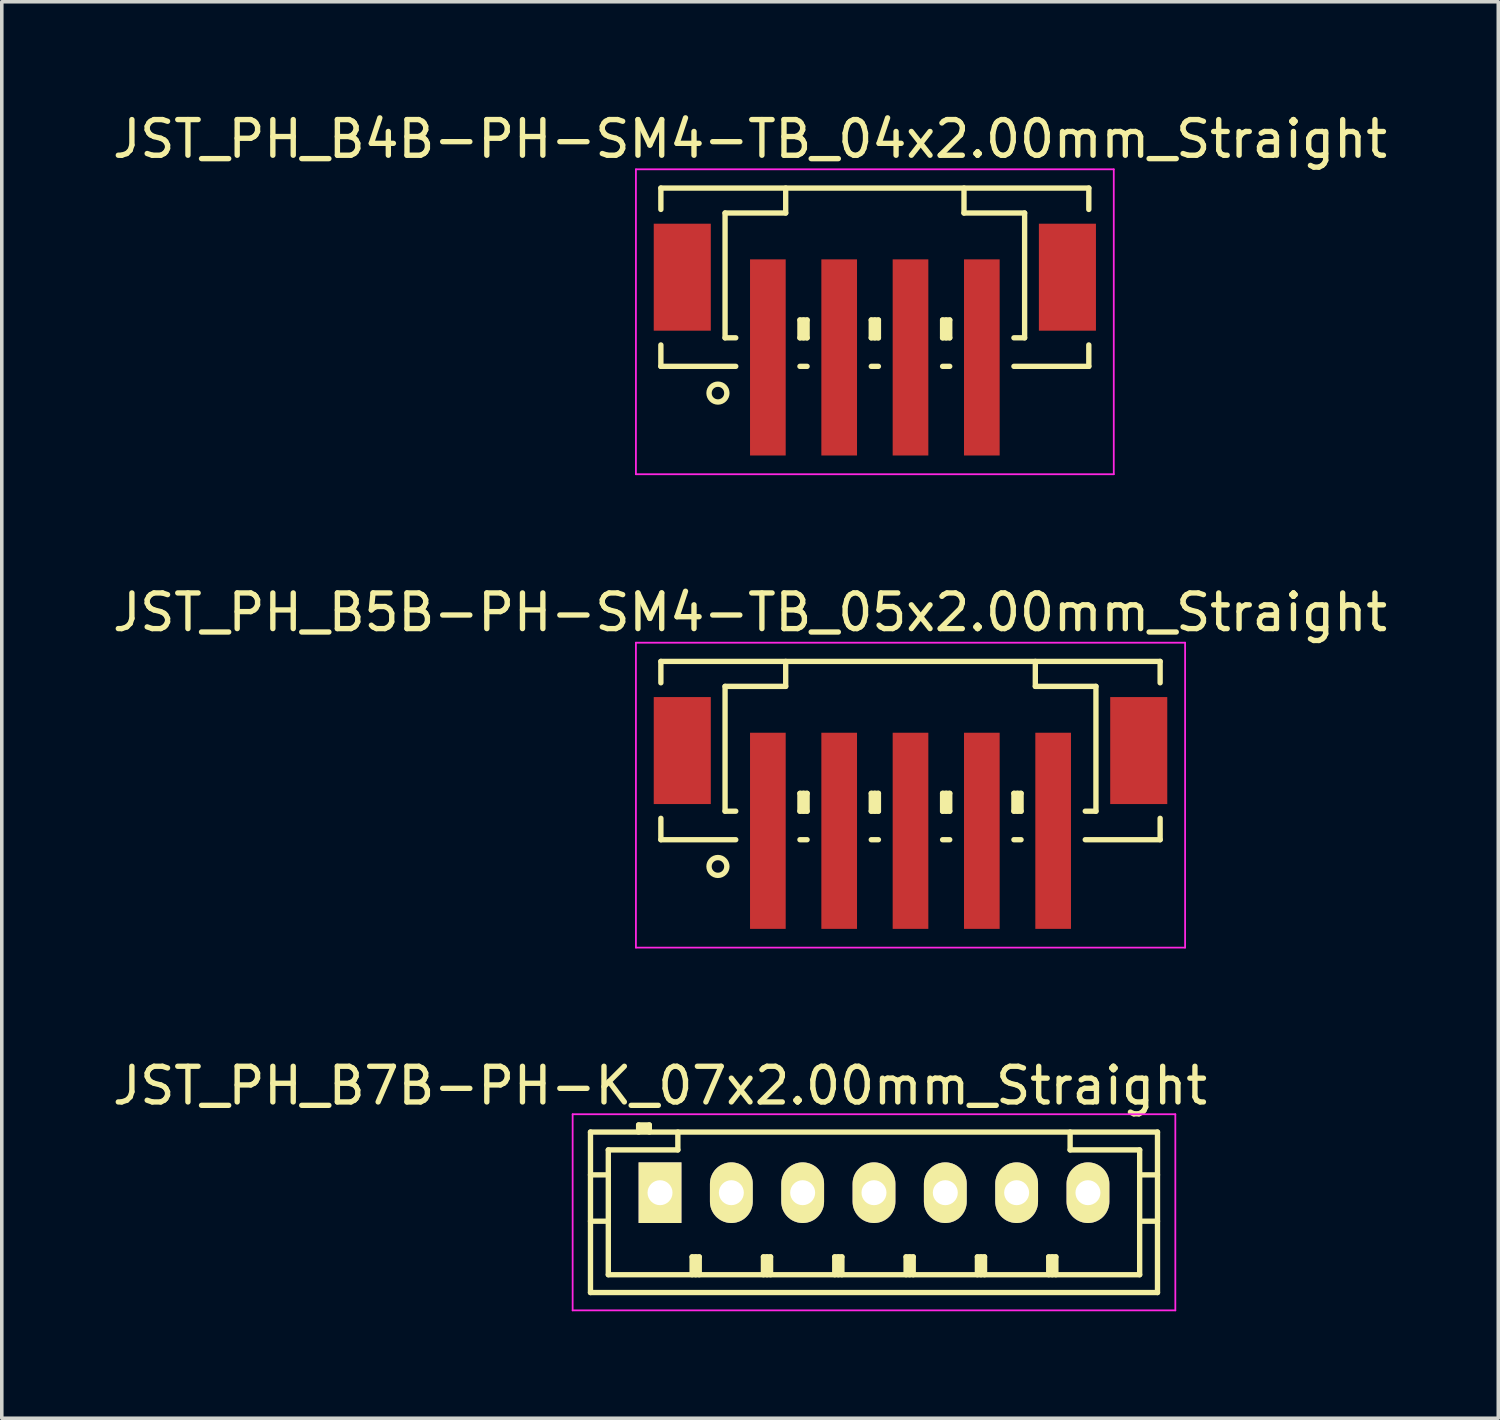
<source format=kicad_pcb>
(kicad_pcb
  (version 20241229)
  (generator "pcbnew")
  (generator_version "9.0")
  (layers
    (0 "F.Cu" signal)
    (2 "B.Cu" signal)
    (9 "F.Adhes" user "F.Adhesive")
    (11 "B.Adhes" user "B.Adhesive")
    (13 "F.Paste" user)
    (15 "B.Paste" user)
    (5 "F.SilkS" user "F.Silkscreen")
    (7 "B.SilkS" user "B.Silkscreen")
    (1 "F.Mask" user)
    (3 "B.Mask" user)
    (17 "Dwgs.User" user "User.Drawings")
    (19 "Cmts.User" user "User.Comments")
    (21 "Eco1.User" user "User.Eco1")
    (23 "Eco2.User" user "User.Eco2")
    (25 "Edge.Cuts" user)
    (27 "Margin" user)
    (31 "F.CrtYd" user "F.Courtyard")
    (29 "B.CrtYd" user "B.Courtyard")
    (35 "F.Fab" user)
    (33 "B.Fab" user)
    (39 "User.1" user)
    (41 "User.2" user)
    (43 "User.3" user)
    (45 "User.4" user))
  (footprint "JST_PH_B4B-PH-SM4-TB_04x2.00mm_Straight"
    (layer "F.Cu")
    (at 21.482 5.848)
    (property "Reference" "JST_PH_B4B-PH-SM4-TB_04x2.00mm_Straight" (at -3.5 -5 0) (layer "F.SilkS") (effects (font (size 1 1) (thickness 0.15))))
    (attr smd)
    (fp_line (start -6 -3.625) (end 6 -3.625) (stroke (width 0.15) (type solid)) (layer "F.SilkS"))
    (fp_line (start -6 -3.025) (end -6 -3.625) (stroke (width 0.15) (type solid)) (layer "F.SilkS"))
    (fp_line (start -6 0.775) (end -6 1.375) (stroke (width 0.15) (type solid)) (layer "F.SilkS"))
    (fp_line (start -6 1.375) (end -3.9 1.375) (stroke (width 0.15) (type solid)) (layer "F.SilkS"))
    (fp_line (start -4.2 -2.925) (end -4.2 0.575) (stroke (width 0.15) (type solid)) (layer "F.SilkS"))
    (fp_line (start -4.2 0.575) (end -3.9 0.575) (stroke (width 0.15) (type solid)) (layer "F.SilkS"))
    (fp_line (start -2.5 -3.625) (end -2.5 -2.925) (stroke (width 0.15) (type solid)) (layer "F.SilkS"))
    (fp_line (start -2.5 -2.925) (end -4.2 -2.925) (stroke (width 0.15) (type solid)) (layer "F.SilkS"))
    (fp_line (start -2.1 0.075) (end -1.9 0.075) (stroke (width 0.15) (type solid)) (layer "F.SilkS"))
    (fp_line (start -2.1 0.575) (end -2.1 0.075) (stroke (width 0.15) (type solid)) (layer "F.SilkS"))
    (fp_line (start -2.1 0.575) (end -1.9 0.575) (stroke (width 0.15) (type solid)) (layer "F.SilkS"))
    (fp_line (start -2.1 1.375) (end -1.9 1.375) (stroke (width 0.15) (type solid)) (layer "F.SilkS"))
    (fp_line (start -2 0.575) (end -2 0.075) (stroke (width 0.15) (type solid)) (layer "F.SilkS"))
    (fp_line (start -1.9 0.075) (end -1.9 0.575) (stroke (width 0.15) (type solid)) (layer "F.SilkS"))
    (fp_line (start -0.1 0.075) (end 0.1 0.075) (stroke (width 0.15) (type solid)) (layer "F.SilkS"))
    (fp_line (start -0.1 0.575) (end -0.1 0.075) (stroke (width 0.15) (type solid)) (layer "F.SilkS"))
    (fp_line (start -0.1 0.575) (end 0.1 0.575) (stroke (width 0.15) (type solid)) (layer "F.SilkS"))
    (fp_line (start -0.1 1.375) (end 0.1 1.375) (stroke (width 0.15) (type solid)) (layer "F.SilkS"))
    (fp_line (start 0 0.575) (end 0 0.075) (stroke (width 0.15) (type solid)) (layer "F.SilkS"))
    (fp_line (start 0.1 0.075) (end 0.1 0.575) (stroke (width 0.15) (type solid)) (layer "F.SilkS"))
    (fp_line (start 1.9 0.075) (end 2.1 0.075) (stroke (width 0.15) (type solid)) (layer "F.SilkS"))
    (fp_line (start 1.9 0.575) (end 1.9 0.075) (stroke (width 0.15) (type solid)) (layer "F.SilkS"))
    (fp_line (start 1.9 0.575) (end 2.1 0.575) (stroke (width 0.15) (type solid)) (layer "F.SilkS"))
    (fp_line (start 1.9 1.375) (end 2.1 1.375) (stroke (width 0.15) (type solid)) (layer "F.SilkS"))
    (fp_line (start 2 0.575) (end 2 0.075) (stroke (width 0.15) (type solid)) (layer "F.SilkS"))
    (fp_line (start 2.1 0.075) (end 2.1 0.575) (stroke (width 0.15) (type solid)) (layer "F.SilkS"))
    (fp_line (start 2.5 -3.625) (end 2.5 -2.925) (stroke (width 0.15) (type solid)) (layer "F.SilkS"))
    (fp_line (start 2.5 -2.925) (end 4.2 -2.925) (stroke (width 0.15) (type solid)) (layer "F.SilkS"))
    (fp_line (start 4.2 -2.925) (end 4.2 0.575) (stroke (width 0.15) (type solid)) (layer "F.SilkS"))
    (fp_line (start 4.2 0.575) (end 3.9 0.575) (stroke (width 0.15) (type solid)) (layer "F.SilkS"))
    (fp_line (start 6 -3.625) (end 6 -3.025) (stroke (width 0.15) (type solid)) (layer "F.SilkS"))
    (fp_line (start 6 0.775) (end 6 1.375) (stroke (width 0.15) (type solid)) (layer "F.SilkS"))
    (fp_line (start 6 1.375) (end 3.9 1.375) (stroke (width 0.15) (type solid)) (layer "F.SilkS"))
    (fp_circle (center -4.4 2.125) (end -4.15 2.125) (stroke (width 0.15) (type solid)) (fill no) (layer "F.SilkS"))
    (fp_line (start -6.7 -4.15) (end 6.7 -4.15) (stroke (width 0.05) (type solid)) (layer "F.CrtYd"))
    (fp_line (start -6.7 4.4) (end -6.7 -4.15) (stroke (width 0.05) (type solid)) (layer "F.CrtYd"))
    (fp_line (start 6.7 -4.15) (end 6.7 4.4) (stroke (width 0.05) (type solid)) (layer "F.CrtYd"))
    (fp_line (start 6.7 4.4) (end -6.7 4.4) (stroke (width 0.05) (type solid)) (layer "F.CrtYd"))
    (pad "" smd rect (at -5.4 -1.125) (size 1.6 3) (layers "F.Cu" "F.Mask" "F.Paste"))
    (pad "" smd rect (at 5.4 -1.125) (size 1.6 3) (layers "F.Cu" "F.Mask" "F.Paste"))
    (pad "1" smd rect (at -3 1.125) (size 1 5.5) (layers "F.Cu" "F.Mask" "F.Paste"))
    (pad "2" smd rect (at -1 1.125) (size 1 5.5) (layers "F.Cu" "F.Mask" "F.Paste"))
    (pad "3" smd rect (at 1 1.125) (size 1 5.5) (layers "F.Cu" "F.Mask" "F.Paste"))
    (pad "4" smd rect (at 3 1.125) (size 1 5.5) (layers "F.Cu" "F.Mask" "F.Paste")))
  (footprint "JST_PH_B7B-PH-K_07x2.00mm_Straight"
    (layer "F.Cu")
    (at 15.458 30.395)
    (property "Reference" "JST_PH_B7B-PH-K_07x2.00mm_Straight" (at 0 -3 0) (layer "F.SilkS") (effects (font (size 1 1) (thickness 0.15))))
    (attr through_hole)
    (fp_line (start -1.95 -1.7) (end 13.95 -1.7) (stroke (width 0.15) (type solid)) (layer "F.SilkS"))
    (fp_line (start -1.95 -0.5) (end -1.45 -0.5) (stroke (width 0.15) (type solid)) (layer "F.SilkS"))
    (fp_line (start -1.95 0.8) (end -1.45 0.8) (stroke (width 0.15) (type solid)) (layer "F.SilkS"))
    (fp_line (start -1.95 2.8) (end -1.95 -1.7) (stroke (width 0.15) (type solid)) (layer "F.SilkS"))
    (fp_line (start -1.45 -1.2) (end -1.45 2.3) (stroke (width 0.15) (type solid)) (layer "F.SilkS"))
    (fp_line (start -1.45 2.3) (end 13.45 2.3) (stroke (width 0.15) (type solid)) (layer "F.SilkS"))
    (fp_line (start -0.6 -1.9) (end -0.6 -1.7) (stroke (width 0.15) (type solid)) (layer "F.SilkS"))
    (fp_line (start -0.3 -1.9) (end -0.6 -1.9) (stroke (width 0.15) (type solid)) (layer "F.SilkS"))
    (fp_line (start -0.3 -1.8) (end -0.6 -1.8) (stroke (width 0.15) (type solid)) (layer "F.SilkS"))
    (fp_line (start -0.3 -1.7) (end -0.3 -1.9) (stroke (width 0.15) (type solid)) (layer "F.SilkS"))
    (fp_line (start 0.5 -1.7) (end 0.5 -1.2) (stroke (width 0.15) (type solid)) (layer "F.SilkS"))
    (fp_line (start 0.5 -1.2) (end -1.45 -1.2) (stroke (width 0.15) (type solid)) (layer "F.SilkS"))
    (fp_line (start 0.9 1.8) (end 1.1 1.8) (stroke (width 0.15) (type solid)) (layer "F.SilkS"))
    (fp_line (start 0.9 2.3) (end 0.9 1.8) (stroke (width 0.15) (type solid)) (layer "F.SilkS"))
    (fp_line (start 1 2.3) (end 1 1.8) (stroke (width 0.15) (type solid)) (layer "F.SilkS"))
    (fp_line (start 1.1 1.8) (end 1.1 2.3) (stroke (width 0.15) (type solid)) (layer "F.SilkS"))
    (fp_line (start 2.9 1.8) (end 3.1 1.8) (stroke (width 0.15) (type solid)) (layer "F.SilkS"))
    (fp_line (start 2.9 2.3) (end 2.9 1.8) (stroke (width 0.15) (type solid)) (layer "F.SilkS"))
    (fp_line (start 3 2.3) (end 3 1.8) (stroke (width 0.15) (type solid)) (layer "F.SilkS"))
    (fp_line (start 3.1 1.8) (end 3.1 2.3) (stroke (width 0.15) (type solid)) (layer "F.SilkS"))
    (fp_line (start 4.9 1.8) (end 5.1 1.8) (stroke (width 0.15) (type solid)) (layer "F.SilkS"))
    (fp_line (start 4.9 2.3) (end 4.9 1.8) (stroke (width 0.15) (type solid)) (layer "F.SilkS"))
    (fp_line (start 5 2.3) (end 5 1.8) (stroke (width 0.15) (type solid)) (layer "F.SilkS"))
    (fp_line (start 5.1 1.8) (end 5.1 2.3) (stroke (width 0.15) (type solid)) (layer "F.SilkS"))
    (fp_line (start 6.9 1.8) (end 7.1 1.8) (stroke (width 0.15) (type solid)) (layer "F.SilkS"))
    (fp_line (start 6.9 2.3) (end 6.9 1.8) (stroke (width 0.15) (type solid)) (layer "F.SilkS"))
    (fp_line (start 7 2.3) (end 7 1.8) (stroke (width 0.15) (type solid)) (layer "F.SilkS"))
    (fp_line (start 7.1 1.8) (end 7.1 2.3) (stroke (width 0.15) (type solid)) (layer "F.SilkS"))
    (fp_line (start 8.9 1.8) (end 9.1 1.8) (stroke (width 0.15) (type solid)) (layer "F.SilkS"))
    (fp_line (start 8.9 2.3) (end 8.9 1.8) (stroke (width 0.15) (type solid)) (layer "F.SilkS"))
    (fp_line (start 9 2.3) (end 9 1.8) (stroke (width 0.15) (type solid)) (layer "F.SilkS"))
    (fp_line (start 9.1 1.8) (end 9.1 2.3) (stroke (width 0.15) (type solid)) (layer "F.SilkS"))
    (fp_line (start 10.9 1.8) (end 11.1 1.8) (stroke (width 0.15) (type solid)) (layer "F.SilkS"))
    (fp_line (start 10.9 2.3) (end 10.9 1.8) (stroke (width 0.15) (type solid)) (layer "F.SilkS"))
    (fp_line (start 11 2.3) (end 11 1.8) (stroke (width 0.15) (type solid)) (layer "F.SilkS"))
    (fp_line (start 11.1 1.8) (end 11.1 2.3) (stroke (width 0.15) (type solid)) (layer "F.SilkS"))
    (fp_line (start 11.5 -1.2) (end 11.5 -1.7) (stroke (width 0.15) (type solid)) (layer "F.SilkS"))
    (fp_line (start 13.45 -1.2) (end 11.5 -1.2) (stroke (width 0.15) (type solid)) (layer "F.SilkS"))
    (fp_line (start 13.45 -0.5) (end 13.95 -0.5) (stroke (width 0.15) (type solid)) (layer "F.SilkS"))
    (fp_line (start 13.45 0.8) (end 13.95 0.8) (stroke (width 0.15) (type solid)) (layer "F.SilkS"))
    (fp_line (start 13.45 2.3) (end 13.45 -1.2) (stroke (width 0.15) (type solid)) (layer "F.SilkS"))
    (fp_line (start 13.95 -1.7) (end 13.95 2.8) (stroke (width 0.15) (type solid)) (layer "F.SilkS"))
    (fp_line (start 13.95 2.8) (end -1.95 2.8) (stroke (width 0.15) (type solid)) (layer "F.SilkS"))
    (fp_line (start -2.45 -2.2) (end 14.45 -2.2) (stroke (width 0.05) (type solid)) (layer "F.CrtYd"))
    (fp_line (start -2.45 3.3) (end -2.45 -2.2) (stroke (width 0.05) (type solid)) (layer "F.CrtYd"))
    (fp_line (start 14.45 -2.2) (end 14.45 3.3) (stroke (width 0.05) (type solid)) (layer "F.CrtYd"))
    (fp_line (start 14.45 3.3) (end -2.45 3.3) (stroke (width 0.05) (type solid)) (layer "F.CrtYd"))
    (pad "1" thru_hole rect (at 0 0) (size 1.2 1.7) (drill 0.7) (layers "*.Cu" "*.Mask" "F.SilkS"))
    (pad "2" thru_hole oval (at 2 0) (size 1.2 1.7) (drill 0.7) (layers "*.Cu" "*.Mask" "F.SilkS"))
    (pad "3" thru_hole oval (at 4 0) (size 1.2 1.7) (drill 0.7) (layers "*.Cu" "*.Mask" "F.SilkS"))
    (pad "4" thru_hole oval (at 6 0) (size 1.2 1.7) (drill 0.7) (layers "*.Cu" "*.Mask" "F.SilkS"))
    (pad "5" thru_hole oval (at 8 0) (size 1.2 1.7) (drill 0.7) (layers "*.Cu" "*.Mask" "F.SilkS"))
    (pad "6" thru_hole oval (at 10 0) (size 1.2 1.7) (drill 0.7) (layers "*.Cu" "*.Mask" "F.SilkS"))
    (pad "7" thru_hole oval (at 12 0) (size 1.2 1.7) (drill 0.7) (layers "*.Cu" "*.Mask" "F.SilkS")))
  (footprint "JST_PH_B5B-PH-SM4-TB_05x2.00mm_Straight"
    (layer "F.Cu")
    (at 22.482 19.122)
    (property "Reference" "JST_PH_B5B-PH-SM4-TB_05x2.00mm_Straight" (at -4.5 -5 0) (layer "F.SilkS") (effects (font (size 1 1) (thickness 0.15))))
    (attr smd)
    (fp_line (start -7 -3.625) (end 7 -3.625) (stroke (width 0.15) (type solid)) (layer "F.SilkS"))
    (fp_line (start -7 -3.025) (end -7 -3.625) (stroke (width 0.15) (type solid)) (layer "F.SilkS"))
    (fp_line (start -7 0.775) (end -7 1.375) (stroke (width 0.15) (type solid)) (layer "F.SilkS"))
    (fp_line (start -7 1.375) (end -4.9 1.375) (stroke (width 0.15) (type solid)) (layer "F.SilkS"))
    (fp_line (start -5.2 -2.925) (end -5.2 0.575) (stroke (width 0.15) (type solid)) (layer "F.SilkS"))
    (fp_line (start -5.2 0.575) (end -4.9 0.575) (stroke (width 0.15) (type solid)) (layer "F.SilkS"))
    (fp_line (start -3.5 -3.625) (end -3.5 -2.925) (stroke (width 0.15) (type solid)) (layer "F.SilkS"))
    (fp_line (start -3.5 -2.925) (end -5.2 -2.925) (stroke (width 0.15) (type solid)) (layer "F.SilkS"))
    (fp_line (start -3.1 0.075) (end -2.9 0.075) (stroke (width 0.15) (type solid)) (layer "F.SilkS"))
    (fp_line (start -3.1 0.575) (end -3.1 0.075) (stroke (width 0.15) (type solid)) (layer "F.SilkS"))
    (fp_line (start -3.1 0.575) (end -2.9 0.575) (stroke (width 0.15) (type solid)) (layer "F.SilkS"))
    (fp_line (start -3.1 1.375) (end -2.9 1.375) (stroke (width 0.15) (type solid)) (layer "F.SilkS"))
    (fp_line (start -3 0.575) (end -3 0.075) (stroke (width 0.15) (type solid)) (layer "F.SilkS"))
    (fp_line (start -2.9 0.075) (end -2.9 0.575) (stroke (width 0.15) (type solid)) (layer "F.SilkS"))
    (fp_line (start -1.1 0.075) (end -0.9 0.075) (stroke (width 0.15) (type solid)) (layer "F.SilkS"))
    (fp_line (start -1.1 0.575) (end -1.1 0.075) (stroke (width 0.15) (type solid)) (layer "F.SilkS"))
    (fp_line (start -1.1 0.575) (end -0.9 0.575) (stroke (width 0.15) (type solid)) (layer "F.SilkS"))
    (fp_line (start -1.1 1.375) (end -0.9 1.375) (stroke (width 0.15) (type solid)) (layer "F.SilkS"))
    (fp_line (start -1 0.575) (end -1 0.075) (stroke (width 0.15) (type solid)) (layer "F.SilkS"))
    (fp_line (start -0.9 0.075) (end -0.9 0.575) (stroke (width 0.15) (type solid)) (layer "F.SilkS"))
    (fp_line (start 0.9 0.075) (end 1.1 0.075) (stroke (width 0.15) (type solid)) (layer "F.SilkS"))
    (fp_line (start 0.9 0.575) (end 0.9 0.075) (stroke (width 0.15) (type solid)) (layer "F.SilkS"))
    (fp_line (start 0.9 0.575) (end 1.1 0.575) (stroke (width 0.15) (type solid)) (layer "F.SilkS"))
    (fp_line (start 0.9 1.375) (end 1.1 1.375) (stroke (width 0.15) (type solid)) (layer "F.SilkS"))
    (fp_line (start 1 0.575) (end 1 0.075) (stroke (width 0.15) (type solid)) (layer "F.SilkS"))
    (fp_line (start 1.1 0.075) (end 1.1 0.575) (stroke (width 0.15) (type solid)) (layer "F.SilkS"))
    (fp_line (start 2.9 0.075) (end 3.1 0.075) (stroke (width 0.15) (type solid)) (layer "F.SilkS"))
    (fp_line (start 2.9 0.575) (end 2.9 0.075) (stroke (width 0.15) (type solid)) (layer "F.SilkS"))
    (fp_line (start 2.9 0.575) (end 3.1 0.575) (stroke (width 0.15) (type solid)) (layer "F.SilkS"))
    (fp_line (start 2.9 1.375) (end 3.1 1.375) (stroke (width 0.15) (type solid)) (layer "F.SilkS"))
    (fp_line (start 3 0.575) (end 3 0.075) (stroke (width 0.15) (type solid)) (layer "F.SilkS"))
    (fp_line (start 3.1 0.075) (end 3.1 0.575) (stroke (width 0.15) (type solid)) (layer "F.SilkS"))
    (fp_line (start 3.5 -3.625) (end 3.5 -2.925) (stroke (width 0.15) (type solid)) (layer "F.SilkS"))
    (fp_line (start 3.5 -2.925) (end 5.2 -2.925) (stroke (width 0.15) (type solid)) (layer "F.SilkS"))
    (fp_line (start 5.2 -2.925) (end 5.2 0.575) (stroke (width 0.15) (type solid)) (layer "F.SilkS"))
    (fp_line (start 5.2 0.575) (end 4.9 0.575) (stroke (width 0.15) (type solid)) (layer "F.SilkS"))
    (fp_line (start 7 -3.625) (end 7 -3.025) (stroke (width 0.15) (type solid)) (layer "F.SilkS"))
    (fp_line (start 7 0.775) (end 7 1.375) (stroke (width 0.15) (type solid)) (layer "F.SilkS"))
    (fp_line (start 7 1.375) (end 4.9 1.375) (stroke (width 0.15) (type solid)) (layer "F.SilkS"))
    (fp_circle (center -5.4 2.125) (end -5.15 2.125) (stroke (width 0.15) (type solid)) (fill no) (layer "F.SilkS"))
    (fp_line (start -7.7 -4.15) (end 7.7 -4.15) (stroke (width 0.05) (type solid)) (layer "F.CrtYd"))
    (fp_line (start -7.7 4.4) (end -7.7 -4.15) (stroke (width 0.05) (type solid)) (layer "F.CrtYd"))
    (fp_line (start 7.7 -4.15) (end 7.7 4.4) (stroke (width 0.05) (type solid)) (layer "F.CrtYd"))
    (fp_line (start 7.7 4.4) (end -7.7 4.4) (stroke (width 0.05) (type solid)) (layer "F.CrtYd"))
    (pad "" smd rect (at -6.4 -1.125) (size 1.6 3) (layers "F.Cu" "F.Mask" "F.Paste"))
    (pad "" smd rect (at 6.4 -1.125) (size 1.6 3) (layers "F.Cu" "F.Mask" "F.Paste"))
    (pad "1" smd rect (at -4 1.125) (size 1 5.5) (layers "F.Cu" "F.Mask" "F.Paste"))
    (pad "2" smd rect (at -2 1.125) (size 1 5.5) (layers "F.Cu" "F.Mask" "F.Paste"))
    (pad "3" smd rect (at 0 1.125) (size 1 5.5) (layers "F.Cu" "F.Mask" "F.Paste"))
    (pad "4" smd rect (at 2 1.125) (size 1 5.5) (layers "F.Cu" "F.Mask" "F.Paste"))
    (pad "5" smd rect (at 4 1.125) (size 1 5.5) (layers "F.Cu" "F.Mask" "F.Paste")))
  (gr_rect
    (start -3 -3)
    (end 38.964 36.72)
    (stroke (width 0.1) (type default))
    (fill no)
    (layer "Edge.Cuts")))
</source>
